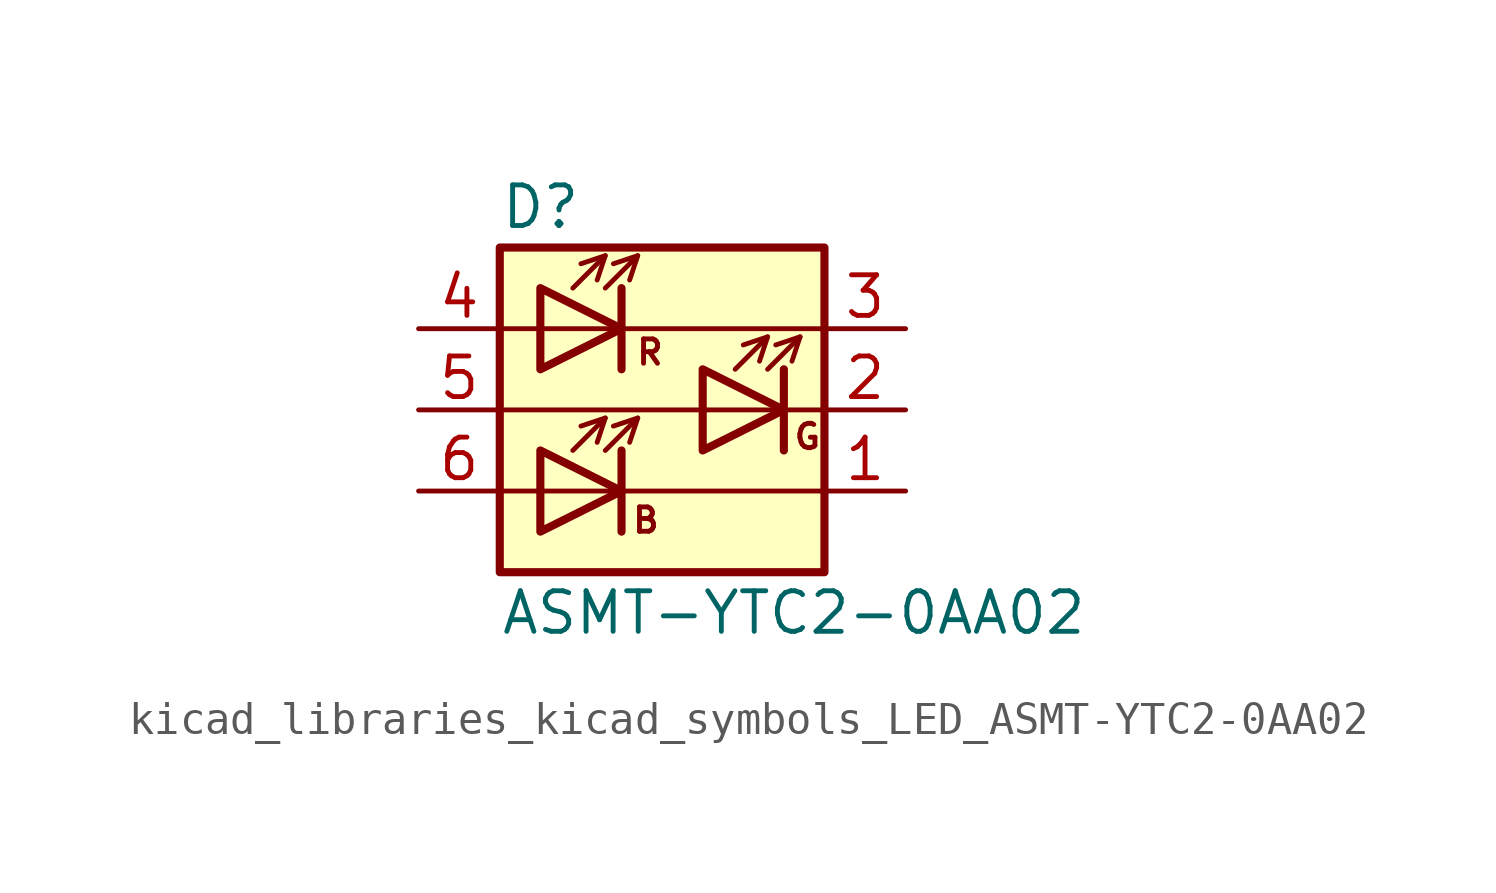
<source format=kicad_sym>
(kicad_symbol_lib
  (version 20220914)
  (generator kicad_symbol_editor)
  (symbol "kicad_libraries_kicad_symbols_LED_ASMT-YTC2-0AA02"
    (pin_names hide)
    (property "Reference" "D"
      (at -5.08 6.35 0)
      (effects (font (size 1.27 1.27)) (justify left)))
    (property "Value" "ASMT-YTC2-0AA02"
      (at -5.08 -6.35 0)
      (effects (font (size 1.27 1.27)) (justify left)))
    (symbol "kicad_libraries_kicad_symbols_LED_ASMT-YTC2-0AA02_0_0"
      (text "B" (at -0.508 -3.454 0) (effects (font (size 0.762 0.762))))
      (text "G" (at 4.547 -0.838 0) (effects (font (size 0.762 0.762))))
      (text "R" (at -0.381 1.803 0) (effects (font (size 0.762 0.762)))))
    (symbol "kicad_libraries_kicad_symbols_LED_ASMT-YTC2-0AA02_0_1"
      (rectangle (start -5.08 5.08) (end 5.08 -5.08) (stroke (width 0.254) (type default)) (fill (type background)))
      (polyline (pts (xy -5.08 -2.54) (xy 5.08 -2.54)) (stroke (width 0) (type default)) (fill (type none)))
      (polyline (pts (xy -5.08 0) (xy 5.08 0)) (stroke (width 0) (type default)) (fill (type none)))
      (polyline (pts (xy -5.08 2.54) (xy 5.08 2.54)) (stroke (width 0) (type default)) (fill (type none)))
      (polyline (pts (xy -2.794 -1.27) (xy -1.778 -0.254)) (stroke (width 0) (type default)) (fill (type none)))
      (polyline (pts (xy -2.794 3.81) (xy -1.778 4.826)) (stroke (width 0) (type default)) (fill (type none)))
      (polyline (pts (xy -1.778 -1.27) (xy -0.762 -0.254)) (stroke (width 0) (type default)) (fill (type none)))
      (polyline (pts (xy -1.778 3.81) (xy -0.762 4.826)) (stroke (width 0) (type default)) (fill (type none)))
      (polyline (pts (xy -1.27 -1.27) (xy -1.27 -3.81)) (stroke (width 0.254) (type default)) (fill (type none)))
      (polyline (pts (xy -1.27 3.81) (xy -1.27 1.27)) (stroke (width 0.254) (type default)) (fill (type none)))
      (polyline (pts (xy 2.286 1.27) (xy 3.302 2.286)) (stroke (width 0) (type default)) (fill (type none)))
      (polyline (pts (xy 3.302 1.27) (xy 4.318 2.286)) (stroke (width 0) (type default)) (fill (type none)))
      (polyline (pts (xy 3.81 1.27) (xy 3.81 -1.27)) (stroke (width 0.254) (type default)) (fill (type none)))
      (polyline (pts (xy -2.54 4.572) (xy -1.778 4.826) (xy -2.032 4.064)) (stroke (width 0) (type default)) (fill (type none)))
      (polyline (pts (xy -2.032 -1.016) (xy -1.778 -0.254) (xy -2.54 -0.508)) (stroke (width 0) (type default)) (fill (type none)))
      (polyline (pts (xy -1.524 -0.508) (xy -0.762 -0.254) (xy -1.016 -1.016)) (stroke (width 0) (type default)) (fill (type none)))
      (polyline (pts (xy -1.524 4.572) (xy -0.762 4.826) (xy -1.016 4.064)) (stroke (width 0) (type default)) (fill (type none)))
      (polyline (pts (xy 3.048 1.524) (xy 3.302 2.286) (xy 2.54 2.032)) (stroke (width 0) (type default)) (fill (type none)))
      (polyline (pts (xy 3.556 2.032) (xy 4.318 2.286) (xy 4.064 1.524)) (stroke (width 0) (type default)) (fill (type none)))
      (polyline (pts (xy -3.81 -1.27) (xy -3.81 -3.81) (xy -1.27 -2.54) (xy -3.81 -1.27)) (stroke (width 0.254) (type default)) (fill (type none)))
      (polyline (pts (xy -3.81 3.81) (xy -3.81 1.27) (xy -1.27 2.54) (xy -3.81 3.81)) (stroke (width 0.254) (type default)) (fill (type none)))
      (polyline (pts (xy 1.27 1.27) (xy 1.27 -1.27) (xy 3.81 0) (xy 1.27 1.27)) (stroke (width 0.254) (type default)) (fill (type none))))
    (symbol "kicad_libraries_kicad_symbols_LED_ASMT-YTC2-0AA02_1_1"
      (pin passive line (at 7.62 -2.54 180) (length 2.54) (name "KB" (effects (font (size 1.27 1.27)))) (number "1" (effects (font (size 1.27 1.27)))))
      (pin passive line (at 7.62 0 180) (length 2.54) (name "KG" (effects (font (size 1.27 1.27)))) (number "2" (effects (font (size 1.27 1.27)))))
      (pin passive line (at 7.62 2.54 180) (length 2.54) (name "KR" (effects (font (size 1.27 1.27)))) (number "3" (effects (font (size 1.27 1.27)))))
      (pin passive line (at -7.62 2.54 0) (length 2.54) (name "AR" (effects (font (size 1.27 1.27)))) (number "4" (effects (font (size 1.27 1.27)))))
      (pin passive line (at -7.62 0 0) (length 2.54) (name "AG" (effects (font (size 1.27 1.27)))) (number "5" (effects (font (size 1.27 1.27)))))
      (pin passive line (at -7.62 -2.54 0) (length 2.54) (name "AB" (effects (font (size 1.27 1.27)))) (number "6" (effects (font (size 1.27 1.27))))))))
</source>
